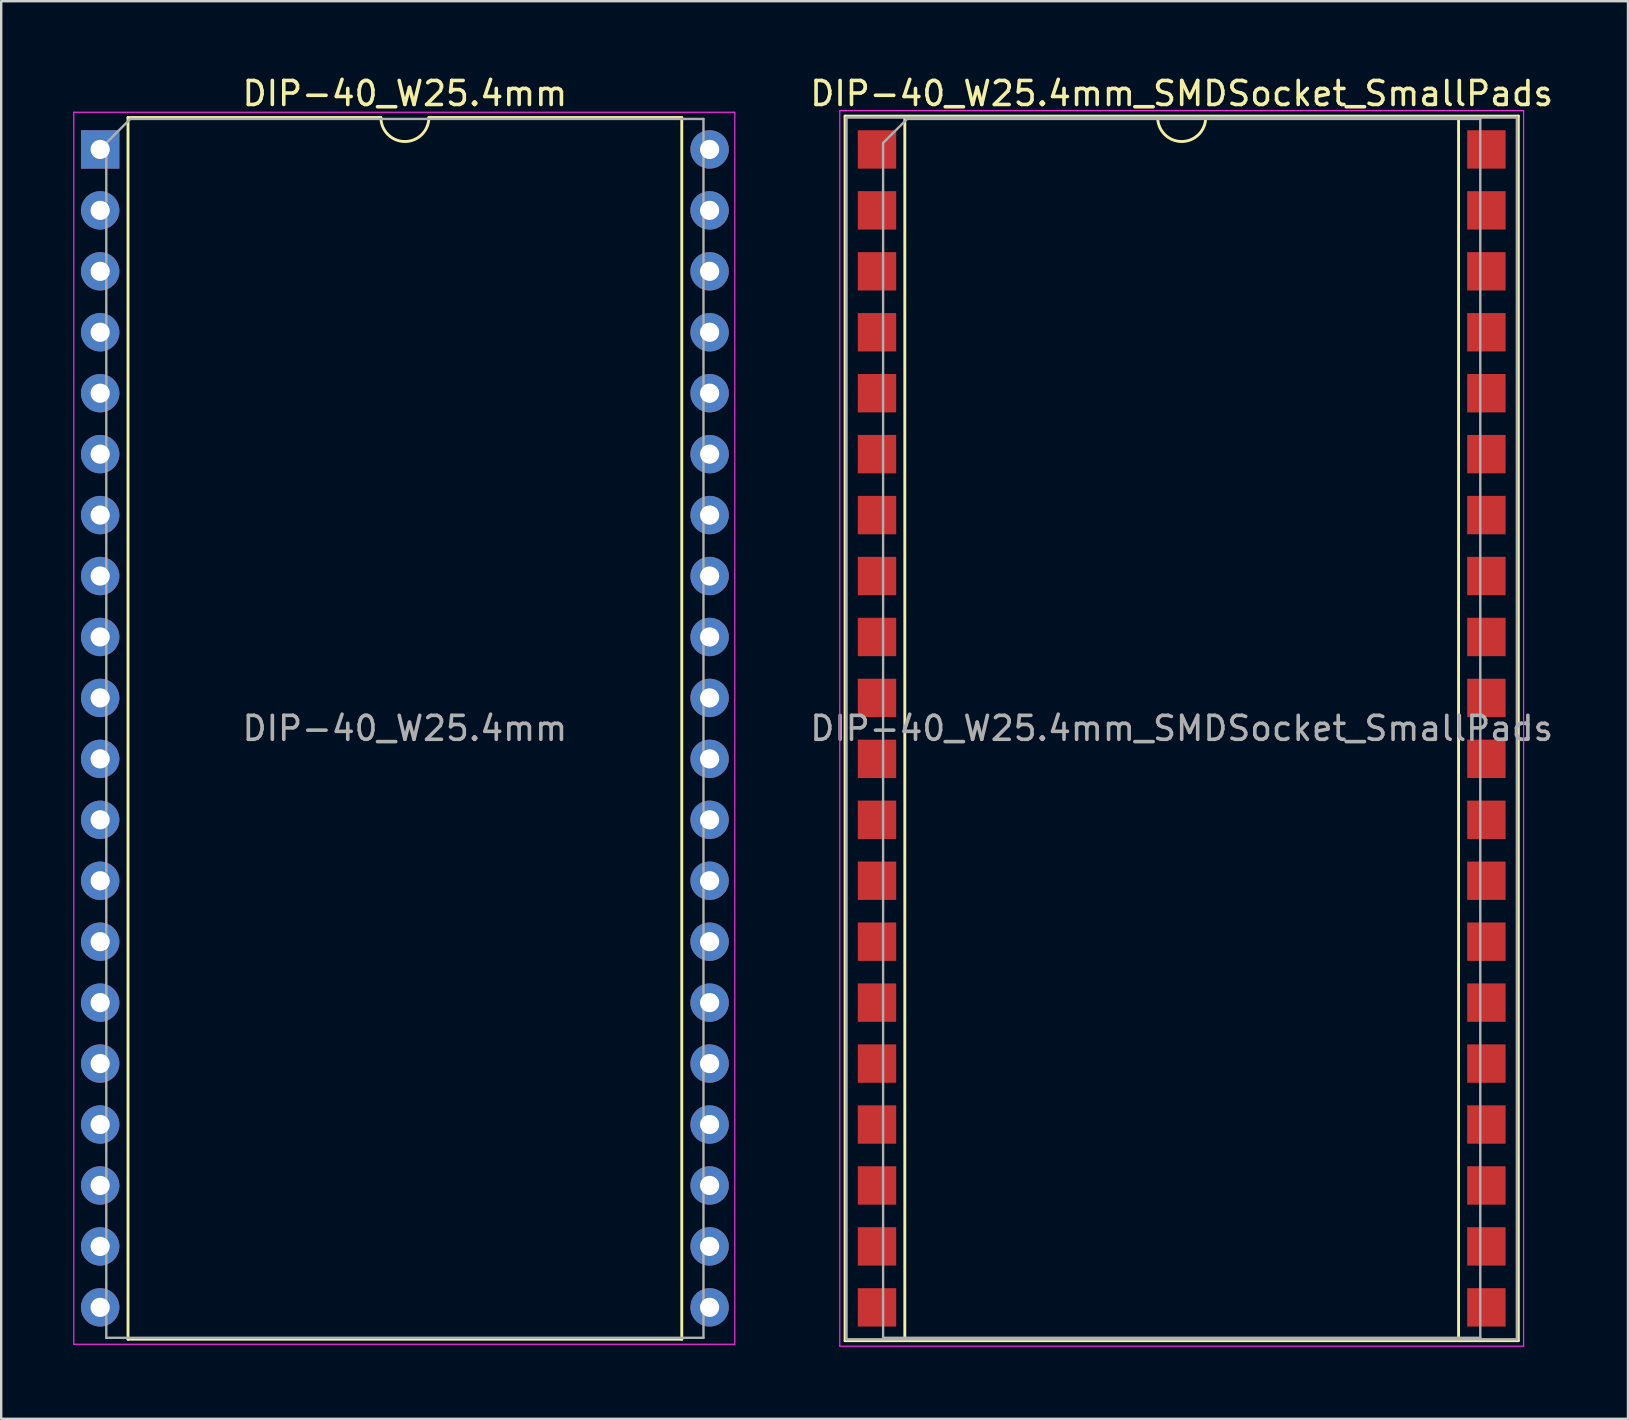
<source format=kicad_pcb>
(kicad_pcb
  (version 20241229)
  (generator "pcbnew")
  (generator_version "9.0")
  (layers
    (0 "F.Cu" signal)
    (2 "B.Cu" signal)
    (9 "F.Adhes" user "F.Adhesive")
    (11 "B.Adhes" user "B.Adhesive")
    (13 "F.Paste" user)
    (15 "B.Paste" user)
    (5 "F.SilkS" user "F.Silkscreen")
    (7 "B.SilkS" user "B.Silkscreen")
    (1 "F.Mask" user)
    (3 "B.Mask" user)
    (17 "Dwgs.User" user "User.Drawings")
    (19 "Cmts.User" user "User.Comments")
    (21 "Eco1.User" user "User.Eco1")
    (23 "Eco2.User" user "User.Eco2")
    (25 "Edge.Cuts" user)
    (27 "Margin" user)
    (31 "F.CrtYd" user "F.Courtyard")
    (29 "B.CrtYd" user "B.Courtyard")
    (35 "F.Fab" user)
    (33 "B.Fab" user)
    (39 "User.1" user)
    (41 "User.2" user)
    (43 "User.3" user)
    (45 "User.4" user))
  (footprint "DIP-40_W25.4mm_SMDSocket_SmallPads"
    (layer "F.Cu")
    (at 46.201 27.308)
    (property "Reference" "DIP-40_W25.4mm_SMDSocket_SmallPads" (at 0 -26.46 0) (layer "F.SilkS") (effects (font (size 1 1) (thickness 0.15))))
    (attr smd)
    (fp_line (start -14.03 -25.52) (end -14.03 25.52) (stroke (width 0.12) (type solid)) (layer "F.SilkS"))
    (fp_line (start -14.03 25.52) (end 14.03 25.52) (stroke (width 0.12) (type solid)) (layer "F.SilkS"))
    (fp_line (start -11.54 -25.46) (end -11.54 25.46) (stroke (width 0.12) (type solid)) (layer "F.SilkS"))
    (fp_line (start -11.54 25.46) (end 11.54 25.46) (stroke (width 0.12) (type solid)) (layer "F.SilkS"))
    (fp_line (start -1 -25.46) (end -11.54 -25.46) (stroke (width 0.12) (type solid)) (layer "F.SilkS"))
    (fp_line (start 11.54 -25.46) (end 1 -25.46) (stroke (width 0.12) (type solid)) (layer "F.SilkS"))
    (fp_line (start 11.54 25.46) (end 11.54 -25.46) (stroke (width 0.12) (type solid)) (layer "F.SilkS"))
    (fp_line (start 14.03 -25.52) (end -14.03 -25.52) (stroke (width 0.12) (type solid)) (layer "F.SilkS"))
    (fp_line (start 14.03 25.52) (end 14.03 -25.52) (stroke (width 0.12) (type solid)) (layer "F.SilkS"))
    (fp_arc (start 1 -25.46) (mid 0 -24.46) (end -1 -25.46) (stroke (width 0.12) (type solid)) (layer "F.SilkS"))
    (fp_line (start -14.25 -25.75) (end -14.25 25.75) (stroke (width 0.05) (type solid)) (layer "F.CrtYd"))
    (fp_line (start -14.25 25.75) (end 14.25 25.75) (stroke (width 0.05) (type solid)) (layer "F.CrtYd"))
    (fp_line (start 14.25 -25.75) (end -14.25 -25.75) (stroke (width 0.05) (type solid)) (layer "F.CrtYd"))
    (fp_line (start 14.25 25.75) (end 14.25 -25.75) (stroke (width 0.05) (type solid)) (layer "F.CrtYd"))
    (fp_line (start -13.97 -25.46) (end -13.97 25.46) (stroke (width 0.1) (type solid)) (layer "F.Fab"))
    (fp_line (start -13.97 25.46) (end 13.97 25.46) (stroke (width 0.1) (type solid)) (layer "F.Fab"))
    (fp_line (start -12.445 -24.4) (end -11.445 -25.4) (stroke (width 0.1) (type solid)) (layer "F.Fab"))
    (fp_line (start -12.445 25.4) (end -12.445 -24.4) (stroke (width 0.1) (type solid)) (layer "F.Fab"))
    (fp_line (start -11.445 -25.4) (end 12.445 -25.4) (stroke (width 0.1) (type solid)) (layer "F.Fab"))
    (fp_line (start 12.445 -25.4) (end 12.445 25.4) (stroke (width 0.1) (type solid)) (layer "F.Fab"))
    (fp_line (start 12.445 25.4) (end -12.445 25.4) (stroke (width 0.1) (type solid)) (layer "F.Fab"))
    (fp_line (start 13.97 -25.46) (end -13.97 -25.46) (stroke (width 0.1) (type solid)) (layer "F.Fab"))
    (fp_line (start 13.97 25.46) (end 13.97 -25.46) (stroke (width 0.1) (type solid)) (layer "F.Fab"))
    (fp_text user "${REFERENCE}" (at 0 0 0) (layer "F.Fab") (effects (font (size 1 1) (thickness 0.15))))
    (pad "1" smd rect (at -12.7 -24.13) (size 1.6 1.6) (layers "F.Cu" "F.Mask" "F.Paste"))
    (pad "2" smd rect (at -12.7 -21.59) (size 1.6 1.6) (layers "F.Cu" "F.Mask" "F.Paste"))
    (pad "3" smd rect (at -12.7 -19.05) (size 1.6 1.6) (layers "F.Cu" "F.Mask" "F.Paste"))
    (pad "4" smd rect (at -12.7 -16.51) (size 1.6 1.6) (layers "F.Cu" "F.Mask" "F.Paste"))
    (pad "5" smd rect (at -12.7 -13.97) (size 1.6 1.6) (layers "F.Cu" "F.Mask" "F.Paste"))
    (pad "6" smd rect (at -12.7 -11.43) (size 1.6 1.6) (layers "F.Cu" "F.Mask" "F.Paste"))
    (pad "7" smd rect (at -12.7 -8.89) (size 1.6 1.6) (layers "F.Cu" "F.Mask" "F.Paste"))
    (pad "8" smd rect (at -12.7 -6.35) (size 1.6 1.6) (layers "F.Cu" "F.Mask" "F.Paste"))
    (pad "9" smd rect (at -12.7 -3.81) (size 1.6 1.6) (layers "F.Cu" "F.Mask" "F.Paste"))
    (pad "10" smd rect (at -12.7 -1.27) (size 1.6 1.6) (layers "F.Cu" "F.Mask" "F.Paste"))
    (pad "11" smd rect (at -12.7 1.27) (size 1.6 1.6) (layers "F.Cu" "F.Mask" "F.Paste"))
    (pad "12" smd rect (at -12.7 3.81) (size 1.6 1.6) (layers "F.Cu" "F.Mask" "F.Paste"))
    (pad "13" smd rect (at -12.7 6.35) (size 1.6 1.6) (layers "F.Cu" "F.Mask" "F.Paste"))
    (pad "14" smd rect (at -12.7 8.89) (size 1.6 1.6) (layers "F.Cu" "F.Mask" "F.Paste"))
    (pad "15" smd rect (at -12.7 11.43) (size 1.6 1.6) (layers "F.Cu" "F.Mask" "F.Paste"))
    (pad "16" smd rect (at -12.7 13.97) (size 1.6 1.6) (layers "F.Cu" "F.Mask" "F.Paste"))
    (pad "17" smd rect (at -12.7 16.51) (size 1.6 1.6) (layers "F.Cu" "F.Mask" "F.Paste"))
    (pad "18" smd rect (at -12.7 19.05) (size 1.6 1.6) (layers "F.Cu" "F.Mask" "F.Paste"))
    (pad "19" smd rect (at -12.7 21.59) (size 1.6 1.6) (layers "F.Cu" "F.Mask" "F.Paste"))
    (pad "20" smd rect (at -12.7 24.13) (size 1.6 1.6) (layers "F.Cu" "F.Mask" "F.Paste"))
    (pad "21" smd rect (at 12.7 24.13) (size 1.6 1.6) (layers "F.Cu" "F.Mask" "F.Paste"))
    (pad "22" smd rect (at 12.7 21.59) (size 1.6 1.6) (layers "F.Cu" "F.Mask" "F.Paste"))
    (pad "23" smd rect (at 12.7 19.05) (size 1.6 1.6) (layers "F.Cu" "F.Mask" "F.Paste"))
    (pad "24" smd rect (at 12.7 16.51) (size 1.6 1.6) (layers "F.Cu" "F.Mask" "F.Paste"))
    (pad "25" smd rect (at 12.7 13.97) (size 1.6 1.6) (layers "F.Cu" "F.Mask" "F.Paste"))
    (pad "26" smd rect (at 12.7 11.43) (size 1.6 1.6) (layers "F.Cu" "F.Mask" "F.Paste"))
    (pad "27" smd rect (at 12.7 8.89) (size 1.6 1.6) (layers "F.Cu" "F.Mask" "F.Paste"))
    (pad "28" smd rect (at 12.7 6.35) (size 1.6 1.6) (layers "F.Cu" "F.Mask" "F.Paste"))
    (pad "29" smd rect (at 12.7 3.81) (size 1.6 1.6) (layers "F.Cu" "F.Mask" "F.Paste"))
    (pad "30" smd rect (at 12.7 1.27) (size 1.6 1.6) (layers "F.Cu" "F.Mask" "F.Paste"))
    (pad "31" smd rect (at 12.7 -1.27) (size 1.6 1.6) (layers "F.Cu" "F.Mask" "F.Paste"))
    (pad "32" smd rect (at 12.7 -3.81) (size 1.6 1.6) (layers "F.Cu" "F.Mask" "F.Paste"))
    (pad "33" smd rect (at 12.7 -6.35) (size 1.6 1.6) (layers "F.Cu" "F.Mask" "F.Paste"))
    (pad "34" smd rect (at 12.7 -8.89) (size 1.6 1.6) (layers "F.Cu" "F.Mask" "F.Paste"))
    (pad "35" smd rect (at 12.7 -11.43) (size 1.6 1.6) (layers "F.Cu" "F.Mask" "F.Paste"))
    (pad "36" smd rect (at 12.7 -13.97) (size 1.6 1.6) (layers "F.Cu" "F.Mask" "F.Paste"))
    (pad "37" smd rect (at 12.7 -16.51) (size 1.6 1.6) (layers "F.Cu" "F.Mask" "F.Paste"))
    (pad "38" smd rect (at 12.7 -19.05) (size 1.6 1.6) (layers "F.Cu" "F.Mask" "F.Paste"))
    (pad "39" smd rect (at 12.7 -21.59) (size 1.6 1.6) (layers "F.Cu" "F.Mask" "F.Paste"))
    (pad "40" smd rect (at 12.7 -24.13) (size 1.6 1.6) (layers "F.Cu" "F.Mask" "F.Paste")))
  (footprint "DIP-40_W25.4mm"
    (layer "F.Cu")
    (at 1.125 3.178)
    (property "Reference" "DIP-40_W25.4mm" (at 12.7 -2.33 0) (layer "F.SilkS") (effects (font (size 1 1) (thickness 0.15))))
    (attr through_hole)
    (fp_line (start 1.16 -1.33) (end 1.16 49.59) (stroke (width 0.12) (type solid)) (layer "F.SilkS"))
    (fp_line (start 1.16 49.59) (end 24.24 49.59) (stroke (width 0.12) (type solid)) (layer "F.SilkS"))
    (fp_line (start 11.7 -1.33) (end 1.16 -1.33) (stroke (width 0.12) (type solid)) (layer "F.SilkS"))
    (fp_line (start 24.24 -1.33) (end 13.7 -1.33) (stroke (width 0.12) (type solid)) (layer "F.SilkS"))
    (fp_line (start 24.24 49.59) (end 24.24 -1.33) (stroke (width 0.12) (type solid)) (layer "F.SilkS"))
    (fp_arc (start 13.7 -1.33) (mid 12.7 -0.33) (end 11.7 -1.33) (stroke (width 0.12) (type solid)) (layer "F.SilkS"))
    (fp_line (start -1.1 -1.55) (end -1.1 49.8) (stroke (width 0.05) (type solid)) (layer "F.CrtYd"))
    (fp_line (start -1.1 49.8) (end 26.45 49.8) (stroke (width 0.05) (type solid)) (layer "F.CrtYd"))
    (fp_line (start 26.45 -1.55) (end -1.1 -1.55) (stroke (width 0.05) (type solid)) (layer "F.CrtYd"))
    (fp_line (start 26.45 49.8) (end 26.45 -1.55) (stroke (width 0.05) (type solid)) (layer "F.CrtYd"))
    (fp_line (start 0.255 -0.27) (end 1.255 -1.27) (stroke (width 0.1) (type solid)) (layer "F.Fab"))
    (fp_line (start 0.255 49.53) (end 0.255 -0.27) (stroke (width 0.1) (type solid)) (layer "F.Fab"))
    (fp_line (start 1.255 -1.27) (end 25.145 -1.27) (stroke (width 0.1) (type solid)) (layer "F.Fab"))
    (fp_line (start 25.145 -1.27) (end 25.145 49.53) (stroke (width 0.1) (type solid)) (layer "F.Fab"))
    (fp_line (start 25.145 49.53) (end 0.255 49.53) (stroke (width 0.1) (type solid)) (layer "F.Fab"))
    (fp_text user "${REFERENCE}" (at 12.7 24.13 0) (layer "F.Fab") (effects (font (size 1 1) (thickness 0.15))))
    (pad "1" thru_hole rect (at 0 0) (size 1.6 1.6) (drill 0.8) (layers "*.Cu" "*.Mask"))
    (pad "2" thru_hole oval (at 0 2.54) (size 1.6 1.6) (drill 0.8) (layers "*.Cu" "*.Mask"))
    (pad "3" thru_hole oval (at 0 5.08) (size 1.6 1.6) (drill 0.8) (layers "*.Cu" "*.Mask"))
    (pad "4" thru_hole oval (at 0 7.62) (size 1.6 1.6) (drill 0.8) (layers "*.Cu" "*.Mask"))
    (pad "5" thru_hole oval (at 0 10.16) (size 1.6 1.6) (drill 0.8) (layers "*.Cu" "*.Mask"))
    (pad "6" thru_hole oval (at 0 12.7) (size 1.6 1.6) (drill 0.8) (layers "*.Cu" "*.Mask"))
    (pad "7" thru_hole oval (at 0 15.24) (size 1.6 1.6) (drill 0.8) (layers "*.Cu" "*.Mask"))
    (pad "8" thru_hole oval (at 0 17.78) (size 1.6 1.6) (drill 0.8) (layers "*.Cu" "*.Mask"))
    (pad "9" thru_hole oval (at 0 20.32) (size 1.6 1.6) (drill 0.8) (layers "*.Cu" "*.Mask"))
    (pad "10" thru_hole oval (at 0 22.86) (size 1.6 1.6) (drill 0.8) (layers "*.Cu" "*.Mask"))
    (pad "11" thru_hole oval (at 0 25.4) (size 1.6 1.6) (drill 0.8) (layers "*.Cu" "*.Mask"))
    (pad "12" thru_hole oval (at 0 27.94) (size 1.6 1.6) (drill 0.8) (layers "*.Cu" "*.Mask"))
    (pad "13" thru_hole oval (at 0 30.48) (size 1.6 1.6) (drill 0.8) (layers "*.Cu" "*.Mask"))
    (pad "14" thru_hole oval (at 0 33.02) (size 1.6 1.6) (drill 0.8) (layers "*.Cu" "*.Mask"))
    (pad "15" thru_hole oval (at 0 35.56) (size 1.6 1.6) (drill 0.8) (layers "*.Cu" "*.Mask"))
    (pad "16" thru_hole oval (at 0 38.1) (size 1.6 1.6) (drill 0.8) (layers "*.Cu" "*.Mask"))
    (pad "17" thru_hole oval (at 0 40.64) (size 1.6 1.6) (drill 0.8) (layers "*.Cu" "*.Mask"))
    (pad "18" thru_hole oval (at 0 43.18) (size 1.6 1.6) (drill 0.8) (layers "*.Cu" "*.Mask"))
    (pad "19" thru_hole oval (at 0 45.72) (size 1.6 1.6) (drill 0.8) (layers "*.Cu" "*.Mask"))
    (pad "20" thru_hole oval (at 0 48.26) (size 1.6 1.6) (drill 0.8) (layers "*.Cu" "*.Mask"))
    (pad "21" thru_hole oval (at 25.4 48.26) (size 1.6 1.6) (drill 0.8) (layers "*.Cu" "*.Mask"))
    (pad "22" thru_hole oval (at 25.4 45.72) (size 1.6 1.6) (drill 0.8) (layers "*.Cu" "*.Mask"))
    (pad "23" thru_hole oval (at 25.4 43.18) (size 1.6 1.6) (drill 0.8) (layers "*.Cu" "*.Mask"))
    (pad "24" thru_hole oval (at 25.4 40.64) (size 1.6 1.6) (drill 0.8) (layers "*.Cu" "*.Mask"))
    (pad "25" thru_hole oval (at 25.4 38.1) (size 1.6 1.6) (drill 0.8) (layers "*.Cu" "*.Mask"))
    (pad "26" thru_hole oval (at 25.4 35.56) (size 1.6 1.6) (drill 0.8) (layers "*.Cu" "*.Mask"))
    (pad "27" thru_hole oval (at 25.4 33.02) (size 1.6 1.6) (drill 0.8) (layers "*.Cu" "*.Mask"))
    (pad "28" thru_hole oval (at 25.4 30.48) (size 1.6 1.6) (drill 0.8) (layers "*.Cu" "*.Mask"))
    (pad "29" thru_hole oval (at 25.4 27.94) (size 1.6 1.6) (drill 0.8) (layers "*.Cu" "*.Mask"))
    (pad "30" thru_hole oval (at 25.4 25.4) (size 1.6 1.6) (drill 0.8) (layers "*.Cu" "*.Mask"))
    (pad "31" thru_hole oval (at 25.4 22.86) (size 1.6 1.6) (drill 0.8) (layers "*.Cu" "*.Mask"))
    (pad "32" thru_hole oval (at 25.4 20.32) (size 1.6 1.6) (drill 0.8) (layers "*.Cu" "*.Mask"))
    (pad "33" thru_hole oval (at 25.4 17.78) (size 1.6 1.6) (drill 0.8) (layers "*.Cu" "*.Mask"))
    (pad "34" thru_hole oval (at 25.4 15.24) (size 1.6 1.6) (drill 0.8) (layers "*.Cu" "*.Mask"))
    (pad "35" thru_hole oval (at 25.4 12.7) (size 1.6 1.6) (drill 0.8) (layers "*.Cu" "*.Mask"))
    (pad "36" thru_hole oval (at 25.4 10.16) (size 1.6 1.6) (drill 0.8) (layers "*.Cu" "*.Mask"))
    (pad "37" thru_hole oval (at 25.4 7.62) (size 1.6 1.6) (drill 0.8) (layers "*.Cu" "*.Mask"))
    (pad "38" thru_hole oval (at 25.4 5.08) (size 1.6 1.6) (drill 0.8) (layers "*.Cu" "*.Mask"))
    (pad "39" thru_hole oval (at 25.4 2.54) (size 1.6 1.6) (drill 0.8) (layers "*.Cu" "*.Mask"))
    (pad "40" thru_hole oval (at 25.4 0) (size 1.6 1.6) (drill 0.8) (layers "*.Cu" "*.Mask")))
  (gr_rect
    (start -3 -3)
    (end 64.802 56.083)
    (stroke (width 0.1) (type default))
    (fill no)
    (layer "Edge.Cuts")))
</source>
